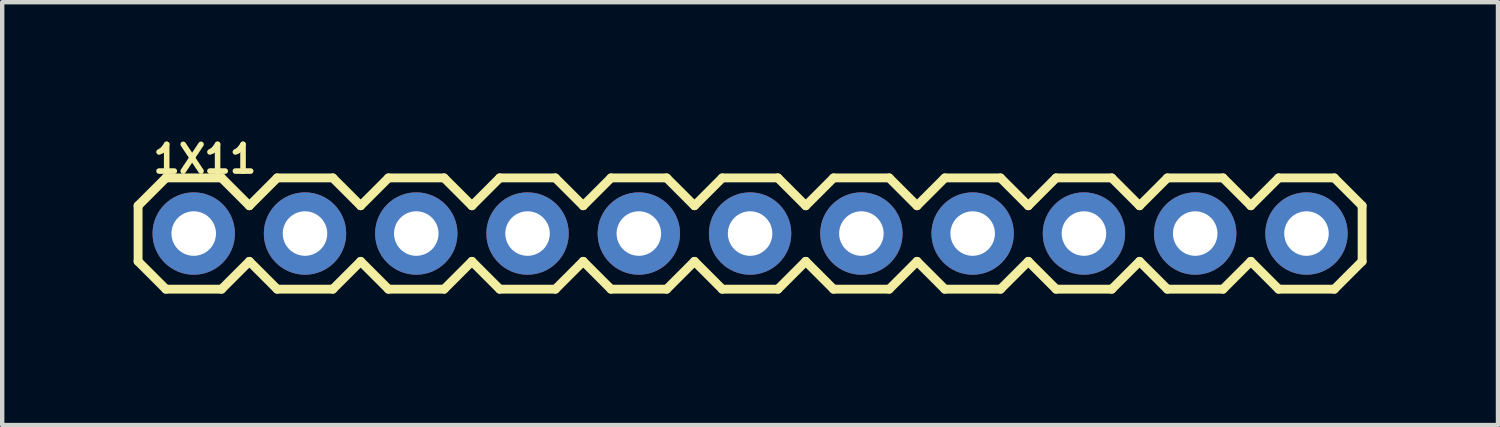
<source format=kicad_pcb>
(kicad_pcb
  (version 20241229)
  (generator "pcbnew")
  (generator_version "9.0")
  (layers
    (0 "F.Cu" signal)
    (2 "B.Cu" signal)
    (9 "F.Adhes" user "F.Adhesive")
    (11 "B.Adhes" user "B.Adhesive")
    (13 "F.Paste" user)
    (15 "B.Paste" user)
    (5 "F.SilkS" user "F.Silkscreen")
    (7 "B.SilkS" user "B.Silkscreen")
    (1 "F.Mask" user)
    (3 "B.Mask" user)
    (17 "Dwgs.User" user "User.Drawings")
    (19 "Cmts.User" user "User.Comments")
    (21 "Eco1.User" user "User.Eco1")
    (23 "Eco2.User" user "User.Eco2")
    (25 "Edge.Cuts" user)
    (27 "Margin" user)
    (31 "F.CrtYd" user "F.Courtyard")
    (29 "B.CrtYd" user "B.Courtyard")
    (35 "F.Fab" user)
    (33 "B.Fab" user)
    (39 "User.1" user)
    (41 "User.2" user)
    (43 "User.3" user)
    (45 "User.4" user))
  (footprint "1X11"
    (layer "F.Cu")
    (at 1.372 2.281)
    (property "Reference" "1X11" (at 0.254 -1.702 0) (layer "F.SilkS") (effects (font (size 0.61 0.61) (thickness 0.127))))
    (attr exclude_from_pos_files exclude_from_bom)
    (fp_line (start -1.27 -0.635) (end -1.27 0.635) (stroke (width 0.203) (type solid)) (layer "F.SilkS"))
    (fp_line (start -1.27 0.635) (end -0.635 1.27) (stroke (width 0.203) (type solid)) (layer "F.SilkS"))
    (fp_line (start -0.635 -1.27) (end -1.27 -0.635) (stroke (width 0.203) (type solid)) (layer "F.SilkS"))
    (fp_line (start -0.635 -1.27) (end 0.635 -1.27) (stroke (width 0.203) (type solid)) (layer "F.SilkS"))
    (fp_line (start 0.635 -1.27) (end 1.27 -0.635) (stroke (width 0.203) (type solid)) (layer "F.SilkS"))
    (fp_line (start 0.635 1.27) (end -0.635 1.27) (stroke (width 0.203) (type solid)) (layer "F.SilkS"))
    (fp_line (start 1.27 -0.635) (end 1.905 -1.27) (stroke (width 0.203) (type solid)) (layer "F.SilkS"))
    (fp_line (start 1.27 0.635) (end 0.635 1.27) (stroke (width 0.203) (type solid)) (layer "F.SilkS"))
    (fp_line (start 1.905 -1.27) (end 3.175 -1.27) (stroke (width 0.203) (type solid)) (layer "F.SilkS"))
    (fp_line (start 1.905 1.27) (end 1.27 0.635) (stroke (width 0.203) (type solid)) (layer "F.SilkS"))
    (fp_line (start 3.175 -1.27) (end 3.81 -0.635) (stroke (width 0.203) (type solid)) (layer "F.SilkS"))
    (fp_line (start 3.175 1.27) (end 1.905 1.27) (stroke (width 0.203) (type solid)) (layer "F.SilkS"))
    (fp_line (start 3.81 -0.635) (end 4.445 -1.27) (stroke (width 0.203) (type solid)) (layer "F.SilkS"))
    (fp_line (start 3.81 0.635) (end 3.175 1.27) (stroke (width 0.203) (type solid)) (layer "F.SilkS"))
    (fp_line (start 4.445 -1.27) (end 5.715 -1.27) (stroke (width 0.203) (type solid)) (layer "F.SilkS"))
    (fp_line (start 4.445 1.27) (end 3.81 0.635) (stroke (width 0.203) (type solid)) (layer "F.SilkS"))
    (fp_line (start 5.715 -1.27) (end 6.35 -0.635) (stroke (width 0.203) (type solid)) (layer "F.SilkS"))
    (fp_line (start 5.715 1.27) (end 4.445 1.27) (stroke (width 0.203) (type solid)) (layer "F.SilkS"))
    (fp_line (start 6.35 0.635) (end 5.715 1.27) (stroke (width 0.203) (type solid)) (layer "F.SilkS"))
    (fp_line (start 6.35 0.635) (end 6.985 1.27) (stroke (width 0.203) (type solid)) (layer "F.SilkS"))
    (fp_line (start 6.985 -1.27) (end 6.35 -0.635) (stroke (width 0.203) (type solid)) (layer "F.SilkS"))
    (fp_line (start 6.985 -1.27) (end 8.255 -1.27) (stroke (width 0.203) (type solid)) (layer "F.SilkS"))
    (fp_line (start 8.255 -1.27) (end 8.89 -0.635) (stroke (width 0.203) (type solid)) (layer "F.SilkS"))
    (fp_line (start 8.255 1.27) (end 6.985 1.27) (stroke (width 0.203) (type solid)) (layer "F.SilkS"))
    (fp_line (start 8.89 -0.635) (end 9.525 -1.27) (stroke (width 0.203) (type solid)) (layer "F.SilkS"))
    (fp_line (start 8.89 0.635) (end 8.255 1.27) (stroke (width 0.203) (type solid)) (layer "F.SilkS"))
    (fp_line (start 9.525 -1.27) (end 10.795 -1.27) (stroke (width 0.203) (type solid)) (layer "F.SilkS"))
    (fp_line (start 9.525 1.27) (end 8.89 0.635) (stroke (width 0.203) (type solid)) (layer "F.SilkS"))
    (fp_line (start 10.795 -1.27) (end 11.43 -0.635) (stroke (width 0.203) (type solid)) (layer "F.SilkS"))
    (fp_line (start 10.795 1.27) (end 9.525 1.27) (stroke (width 0.203) (type solid)) (layer "F.SilkS"))
    (fp_line (start 11.43 -0.635) (end 12.065 -1.27) (stroke (width 0.203) (type solid)) (layer "F.SilkS"))
    (fp_line (start 11.43 0.635) (end 10.795 1.27) (stroke (width 0.203) (type solid)) (layer "F.SilkS"))
    (fp_line (start 12.065 -1.27) (end 13.335 -1.27) (stroke (width 0.203) (type solid)) (layer "F.SilkS"))
    (fp_line (start 12.065 1.27) (end 11.43 0.635) (stroke (width 0.203) (type solid)) (layer "F.SilkS"))
    (fp_line (start 13.335 -1.27) (end 13.97 -0.635) (stroke (width 0.203) (type solid)) (layer "F.SilkS"))
    (fp_line (start 13.335 1.27) (end 12.065 1.27) (stroke (width 0.203) (type solid)) (layer "F.SilkS"))
    (fp_line (start 13.97 0.635) (end 13.335 1.27) (stroke (width 0.203) (type solid)) (layer "F.SilkS"))
    (fp_line (start 13.97 0.635) (end 14.605 1.27) (stroke (width 0.203) (type solid)) (layer "F.SilkS"))
    (fp_line (start 14.605 -1.27) (end 13.97 -0.635) (stroke (width 0.203) (type solid)) (layer "F.SilkS"))
    (fp_line (start 14.605 -1.27) (end 15.875 -1.27) (stroke (width 0.203) (type solid)) (layer "F.SilkS"))
    (fp_line (start 15.875 -1.27) (end 16.51 -0.635) (stroke (width 0.203) (type solid)) (layer "F.SilkS"))
    (fp_line (start 15.875 1.27) (end 14.605 1.27) (stroke (width 0.203) (type solid)) (layer "F.SilkS"))
    (fp_line (start 16.51 0.635) (end 15.875 1.27) (stroke (width 0.203) (type solid)) (layer "F.SilkS"))
    (fp_line (start 16.51 0.635) (end 17.145 1.27) (stroke (width 0.203) (type solid)) (layer "F.SilkS"))
    (fp_line (start 17.145 -1.27) (end 16.51 -0.635) (stroke (width 0.203) (type solid)) (layer "F.SilkS"))
    (fp_line (start 17.145 -1.27) (end 18.415 -1.27) (stroke (width 0.203) (type solid)) (layer "F.SilkS"))
    (fp_line (start 18.415 -1.27) (end 19.05 -0.635) (stroke (width 0.203) (type solid)) (layer "F.SilkS"))
    (fp_line (start 18.415 1.27) (end 17.145 1.27) (stroke (width 0.203) (type solid)) (layer "F.SilkS"))
    (fp_line (start 19.05 0.635) (end 18.415 1.27) (stroke (width 0.203) (type solid)) (layer "F.SilkS"))
    (fp_line (start 19.05 0.635) (end 19.685 1.27) (stroke (width 0.203) (type solid)) (layer "F.SilkS"))
    (fp_line (start 19.685 -1.27) (end 19.05 -0.635) (stroke (width 0.203) (type solid)) (layer "F.SilkS"))
    (fp_line (start 19.685 -1.27) (end 20.955 -1.27) (stroke (width 0.203) (type solid)) (layer "F.SilkS"))
    (fp_line (start 20.955 -1.27) (end 21.59 -0.635) (stroke (width 0.203) (type solid)) (layer "F.SilkS"))
    (fp_line (start 20.955 1.27) (end 19.685 1.27) (stroke (width 0.203) (type solid)) (layer "F.SilkS"))
    (fp_line (start 21.59 0.635) (end 20.955 1.27) (stroke (width 0.203) (type solid)) (layer "F.SilkS"))
    (fp_line (start 21.59 0.635) (end 22.225 1.27) (stroke (width 0.203) (type solid)) (layer "F.SilkS"))
    (fp_line (start 22.225 -1.27) (end 21.59 -0.635) (stroke (width 0.203) (type solid)) (layer "F.SilkS"))
    (fp_line (start 22.225 -1.27) (end 23.495 -1.27) (stroke (width 0.203) (type solid)) (layer "F.SilkS"))
    (fp_line (start 23.495 -1.27) (end 24.13 -0.635) (stroke (width 0.203) (type solid)) (layer "F.SilkS"))
    (fp_line (start 23.495 1.27) (end 22.225 1.27) (stroke (width 0.203) (type solid)) (layer "F.SilkS"))
    (fp_line (start 24.13 0.635) (end 23.495 1.27) (stroke (width 0.203) (type solid)) (layer "F.SilkS"))
    (fp_line (start 24.13 0.635) (end 24.765 1.27) (stroke (width 0.203) (type solid)) (layer "F.SilkS"))
    (fp_line (start 24.765 -1.27) (end 24.13 -0.635) (stroke (width 0.203) (type solid)) (layer "F.SilkS"))
    (fp_line (start 24.765 -1.27) (end 26.035 -1.27) (stroke (width 0.203) (type solid)) (layer "F.SilkS"))
    (fp_line (start 26.035 -1.27) (end 26.67 -0.635) (stroke (width 0.203) (type solid)) (layer "F.SilkS"))
    (fp_line (start 26.035 1.27) (end 24.765 1.27) (stroke (width 0.203) (type solid)) (layer "F.SilkS"))
    (fp_line (start 26.67 -0.635) (end 26.67 0.635) (stroke (width 0.203) (type solid)) (layer "F.SilkS"))
    (fp_line (start 26.67 0.635) (end 26.035 1.27) (stroke (width 0.203) (type solid)) (layer "F.SilkS"))
    (fp_line (start -0.254 -0.254) (end 0.254 -0.254) (stroke (width 0.066) (type solid)) (layer "Dwgs.User"))
    (fp_line (start -0.254 0.254) (end -0.254 -0.254) (stroke (width 0.066) (type solid)) (layer "Dwgs.User"))
    (fp_line (start -0.254 0.254) (end 0.254 0.254) (stroke (width 0.066) (type solid)) (layer "Dwgs.User"))
    (fp_line (start 0.254 0.254) (end 0.254 -0.254) (stroke (width 0.066) (type solid)) (layer "Dwgs.User"))
    (fp_line (start 2.286 -0.254) (end 2.794 -0.254) (stroke (width 0.066) (type solid)) (layer "Dwgs.User"))
    (fp_line (start 2.286 0.254) (end 2.286 -0.254) (stroke (width 0.066) (type solid)) (layer "Dwgs.User"))
    (fp_line (start 2.286 0.254) (end 2.794 0.254) (stroke (width 0.066) (type solid)) (layer "Dwgs.User"))
    (fp_line (start 2.794 0.254) (end 2.794 -0.254) (stroke (width 0.066) (type solid)) (layer "Dwgs.User"))
    (fp_line (start 4.826 -0.254) (end 5.334 -0.254) (stroke (width 0.066) (type solid)) (layer "Dwgs.User"))
    (fp_line (start 4.826 0.254) (end 4.826 -0.254) (stroke (width 0.066) (type solid)) (layer "Dwgs.User"))
    (fp_line (start 4.826 0.254) (end 5.334 0.254) (stroke (width 0.066) (type solid)) (layer "Dwgs.User"))
    (fp_line (start 5.334 0.254) (end 5.334 -0.254) (stroke (width 0.066) (type solid)) (layer "Dwgs.User"))
    (fp_line (start 7.366 -0.254) (end 7.874 -0.254) (stroke (width 0.066) (type solid)) (layer "Dwgs.User"))
    (fp_line (start 7.366 0.254) (end 7.366 -0.254) (stroke (width 0.066) (type solid)) (layer "Dwgs.User"))
    (fp_line (start 7.366 0.254) (end 7.874 0.254) (stroke (width 0.066) (type solid)) (layer "Dwgs.User"))
    (fp_line (start 7.874 0.254) (end 7.874 -0.254) (stroke (width 0.066) (type solid)) (layer "Dwgs.User"))
    (fp_line (start 9.906 -0.254) (end 10.414 -0.254) (stroke (width 0.066) (type solid)) (layer "Dwgs.User"))
    (fp_line (start 9.906 0.254) (end 9.906 -0.254) (stroke (width 0.066) (type solid)) (layer "Dwgs.User"))
    (fp_line (start 9.906 0.254) (end 10.414 0.254) (stroke (width 0.066) (type solid)) (layer "Dwgs.User"))
    (fp_line (start 10.414 0.254) (end 10.414 -0.254) (stroke (width 0.066) (type solid)) (layer "Dwgs.User"))
    (fp_line (start 12.446 -0.254) (end 12.954 -0.254) (stroke (width 0.066) (type solid)) (layer "Dwgs.User"))
    (fp_line (start 12.446 0.254) (end 12.446 -0.254) (stroke (width 0.066) (type solid)) (layer "Dwgs.User"))
    (fp_line (start 12.446 0.254) (end 12.954 0.254) (stroke (width 0.066) (type solid)) (layer "Dwgs.User"))
    (fp_line (start 12.954 0.254) (end 12.954 -0.254) (stroke (width 0.066) (type solid)) (layer "Dwgs.User"))
    (fp_line (start 14.986 -0.254) (end 15.494 -0.254) (stroke (width 0.066) (type solid)) (layer "Dwgs.User"))
    (fp_line (start 14.986 0.254) (end 14.986 -0.254) (stroke (width 0.066) (type solid)) (layer "Dwgs.User"))
    (fp_line (start 14.986 0.254) (end 15.494 0.254) (stroke (width 0.066) (type solid)) (layer "Dwgs.User"))
    (fp_line (start 15.494 0.254) (end 15.494 -0.254) (stroke (width 0.066) (type solid)) (layer "Dwgs.User"))
    (fp_line (start 17.523 -0.254) (end 18.034 -0.254) (stroke (width 0.066) (type solid)) (layer "Dwgs.User"))
    (fp_line (start 17.523 0.254) (end 17.523 -0.254) (stroke (width 0.066) (type solid)) (layer "Dwgs.User"))
    (fp_line (start 17.523 0.254) (end 18.034 0.254) (stroke (width 0.066) (type solid)) (layer "Dwgs.User"))
    (fp_line (start 18.034 0.254) (end 18.034 -0.254) (stroke (width 0.066) (type solid)) (layer "Dwgs.User"))
    (fp_line (start 20.066 -0.254) (end 20.574 -0.254) (stroke (width 0.066) (type solid)) (layer "Dwgs.User"))
    (fp_line (start 20.066 0.254) (end 20.066 -0.254) (stroke (width 0.066) (type solid)) (layer "Dwgs.User"))
    (fp_line (start 20.066 0.254) (end 20.574 0.254) (stroke (width 0.066) (type solid)) (layer "Dwgs.User"))
    (fp_line (start 20.574 0.254) (end 20.574 -0.254) (stroke (width 0.066) (type solid)) (layer "Dwgs.User"))
    (fp_line (start 22.606 -0.254) (end 23.114 -0.254) (stroke (width 0.066) (type solid)) (layer "Dwgs.User"))
    (fp_line (start 22.606 0.254) (end 22.606 -0.254) (stroke (width 0.066) (type solid)) (layer "Dwgs.User"))
    (fp_line (start 22.606 0.254) (end 23.114 0.254) (stroke (width 0.066) (type solid)) (layer "Dwgs.User"))
    (fp_line (start 23.114 0.254) (end 23.114 -0.254) (stroke (width 0.066) (type solid)) (layer "Dwgs.User"))
    (fp_line (start 25.146 -0.254) (end 25.654 -0.254) (stroke (width 0.066) (type solid)) (layer "Dwgs.User"))
    (fp_line (start 25.146 0.254) (end 25.146 -0.254) (stroke (width 0.066) (type solid)) (layer "Dwgs.User"))
    (fp_line (start 25.146 0.254) (end 25.654 0.254) (stroke (width 0.066) (type solid)) (layer "Dwgs.User"))
    (fp_line (start 25.654 0.254) (end 25.654 -0.254) (stroke (width 0.066) (type solid)) (layer "Dwgs.User"))
    (pad "1" thru_hole circle (at 0 0) (size 1.88 1.88) (drill 1.016) (layers "*.Cu" "*.Paste" "*.Mask"))
    (pad "2" thru_hole circle (at 2.54 0) (size 1.88 1.88) (drill 1.016) (layers "*.Cu" "*.Paste" "*.Mask"))
    (pad "3" thru_hole circle (at 5.08 0) (size 1.88 1.88) (drill 1.016) (layers "*.Cu" "*.Paste" "*.Mask"))
    (pad "4" thru_hole circle (at 7.62 0) (size 1.88 1.88) (drill 1.016) (layers "*.Cu" "*.Paste" "*.Mask"))
    (pad "5" thru_hole circle (at 10.16 0) (size 1.88 1.88) (drill 1.016) (layers "*.Cu" "*.Paste" "*.Mask"))
    (pad "6" thru_hole circle (at 12.7 0) (size 1.88 1.88) (drill 1.016) (layers "*.Cu" "*.Paste" "*.Mask"))
    (pad "7" thru_hole circle (at 15.24 0) (size 1.88 1.88) (drill 1.016) (layers "*.Cu" "*.Paste" "*.Mask"))
    (pad "8" thru_hole circle (at 17.78 0) (size 1.88 1.88) (drill 1.016) (layers "*.Cu" "*.Paste" "*.Mask"))
    (pad "9" thru_hole circle (at 20.32 0) (size 1.88 1.88) (drill 1.016) (layers "*.Cu" "*.Paste" "*.Mask"))
    (pad "10" thru_hole circle (at 22.86 0) (size 1.88 1.88) (drill 1.016) (layers "*.Cu" "*.Paste" "*.Mask"))
    (pad "11" thru_hole circle (at 25.4 0) (size 1.88 1.88) (drill 1.016) (layers "*.Cu" "*.Paste" "*.Mask")))
  (gr_rect
    (start -3 -3)
    (end 31.143 6.653)
    (stroke (width 0.1) (type default))
    (fill no)
    (layer "Edge.Cuts")))
</source>
